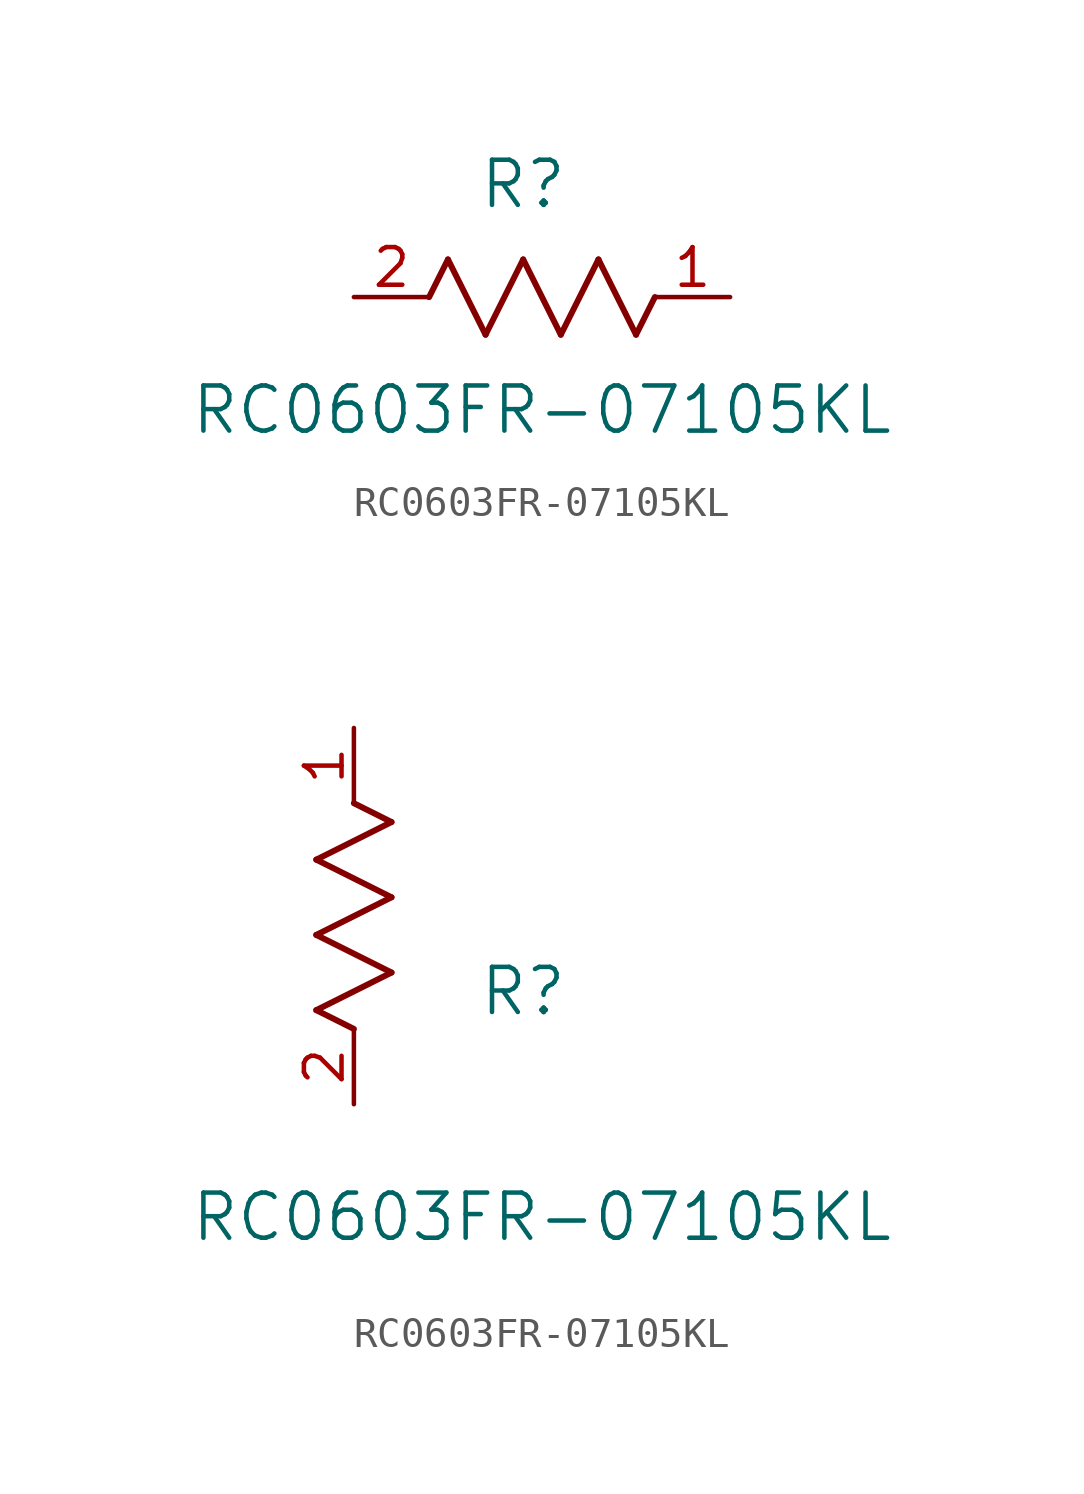
<source format=kicad_sym>
(kicad_symbol_lib
  (version 20211014)
  (generator kicad_symbol_editor)
  (symbol "RC0603FR-07105KL"
    (pin_names
      (offset 0.254))
    (property "Reference" "R"
      (at 5.715 3.81 0)
      (effects (font (size 1.524 1.524))))
    (property "Value" "RC0603FR-07105KL"
      (at 6.35 -3.81 0)
      (effects (font (size 1.524 1.524))))
    (symbol "RC0603FR-07105KL_1_1"
      (polyline (pts (xy 3.175 1.27) (xy 4.445 -1.27)) (stroke (width 0.203) (type default) (color 0 0 0 0)) (fill (type none)))
      (polyline (pts (xy 4.445 -1.27) (xy 5.715 1.27)) (stroke (width 0.203) (type default) (color 0 0 0 0)) (fill (type none)))
      (polyline (pts (xy 5.715 1.27) (xy 6.985 -1.27)) (stroke (width 0.203) (type default) (color 0 0 0 0)) (fill (type none)))
      (polyline (pts (xy 6.985 -1.27) (xy 8.255 1.27)) (stroke (width 0.203) (type default) (color 0 0 0 0)) (fill (type none)))
      (polyline (pts (xy 8.255 1.27) (xy 9.525 -1.27)) (stroke (width 0.203) (type default) (color 0 0 0 0)) (fill (type none)))
      (polyline (pts (xy 2.54 0) (xy 3.175 1.27)) (stroke (width 0.203) (type default) (color 0 0 0 0)) (fill (type none)))
      (polyline (pts (xy 9.525 -1.27) (xy 10.16 0)) (stroke (width 0.203) (type default) (color 0 0 0 0)) (fill (type none)))
      (pin unspecified line (at 12.7 0 180) (length 2.54) (name "" (effects (font (size 1.27 1.27)))) (number "1" (effects (font (size 1.27 1.27)))))
      (pin unspecified line (at 0 0 0) (length 2.54) (name "" (effects (font (size 1.27 1.27)))) (number "2" (effects (font (size 1.27 1.27))))))
    (symbol "RC0603FR-07105KL_1_2"
      (polyline (pts (xy 0 2.54) (xy -1.27 3.175)) (stroke (width 0.203) (type default) (color 0 0 0 0)) (fill (type none)))
      (polyline (pts (xy -1.27 3.175) (xy 1.27 4.445)) (stroke (width 0.203) (type default) (color 0 0 0 0)) (fill (type none)))
      (polyline (pts (xy 1.27 4.445) (xy -1.27 5.715)) (stroke (width 0.203) (type default) (color 0 0 0 0)) (fill (type none)))
      (polyline (pts (xy -1.27 5.715) (xy 1.27 6.985)) (stroke (width 0.203) (type default) (color 0 0 0 0)) (fill (type none)))
      (polyline (pts (xy -1.27 8.255) (xy 1.27 9.525)) (stroke (width 0.203) (type default) (color 0 0 0 0)) (fill (type none)))
      (polyline (pts (xy 1.27 9.525) (xy 0 10.16)) (stroke (width 0.203) (type default) (color 0 0 0 0)) (fill (type none)))
      (polyline (pts (xy 1.27 6.985) (xy -1.27 8.255)) (stroke (width 0.203) (type default) (color 0 0 0 0)) (fill (type none)))
      (pin unspecified line (at 0 12.7 270) (length 2.54) (name "" (effects (font (size 1.27 1.27)))) (number "1" (effects (font (size 1.27 1.27)))))
      (pin unspecified line (at 0 0 90) (length 2.54) (name "" (effects (font (size 1.27 1.27)))) (number "2" (effects (font (size 1.27 1.27))))))))
</source>
